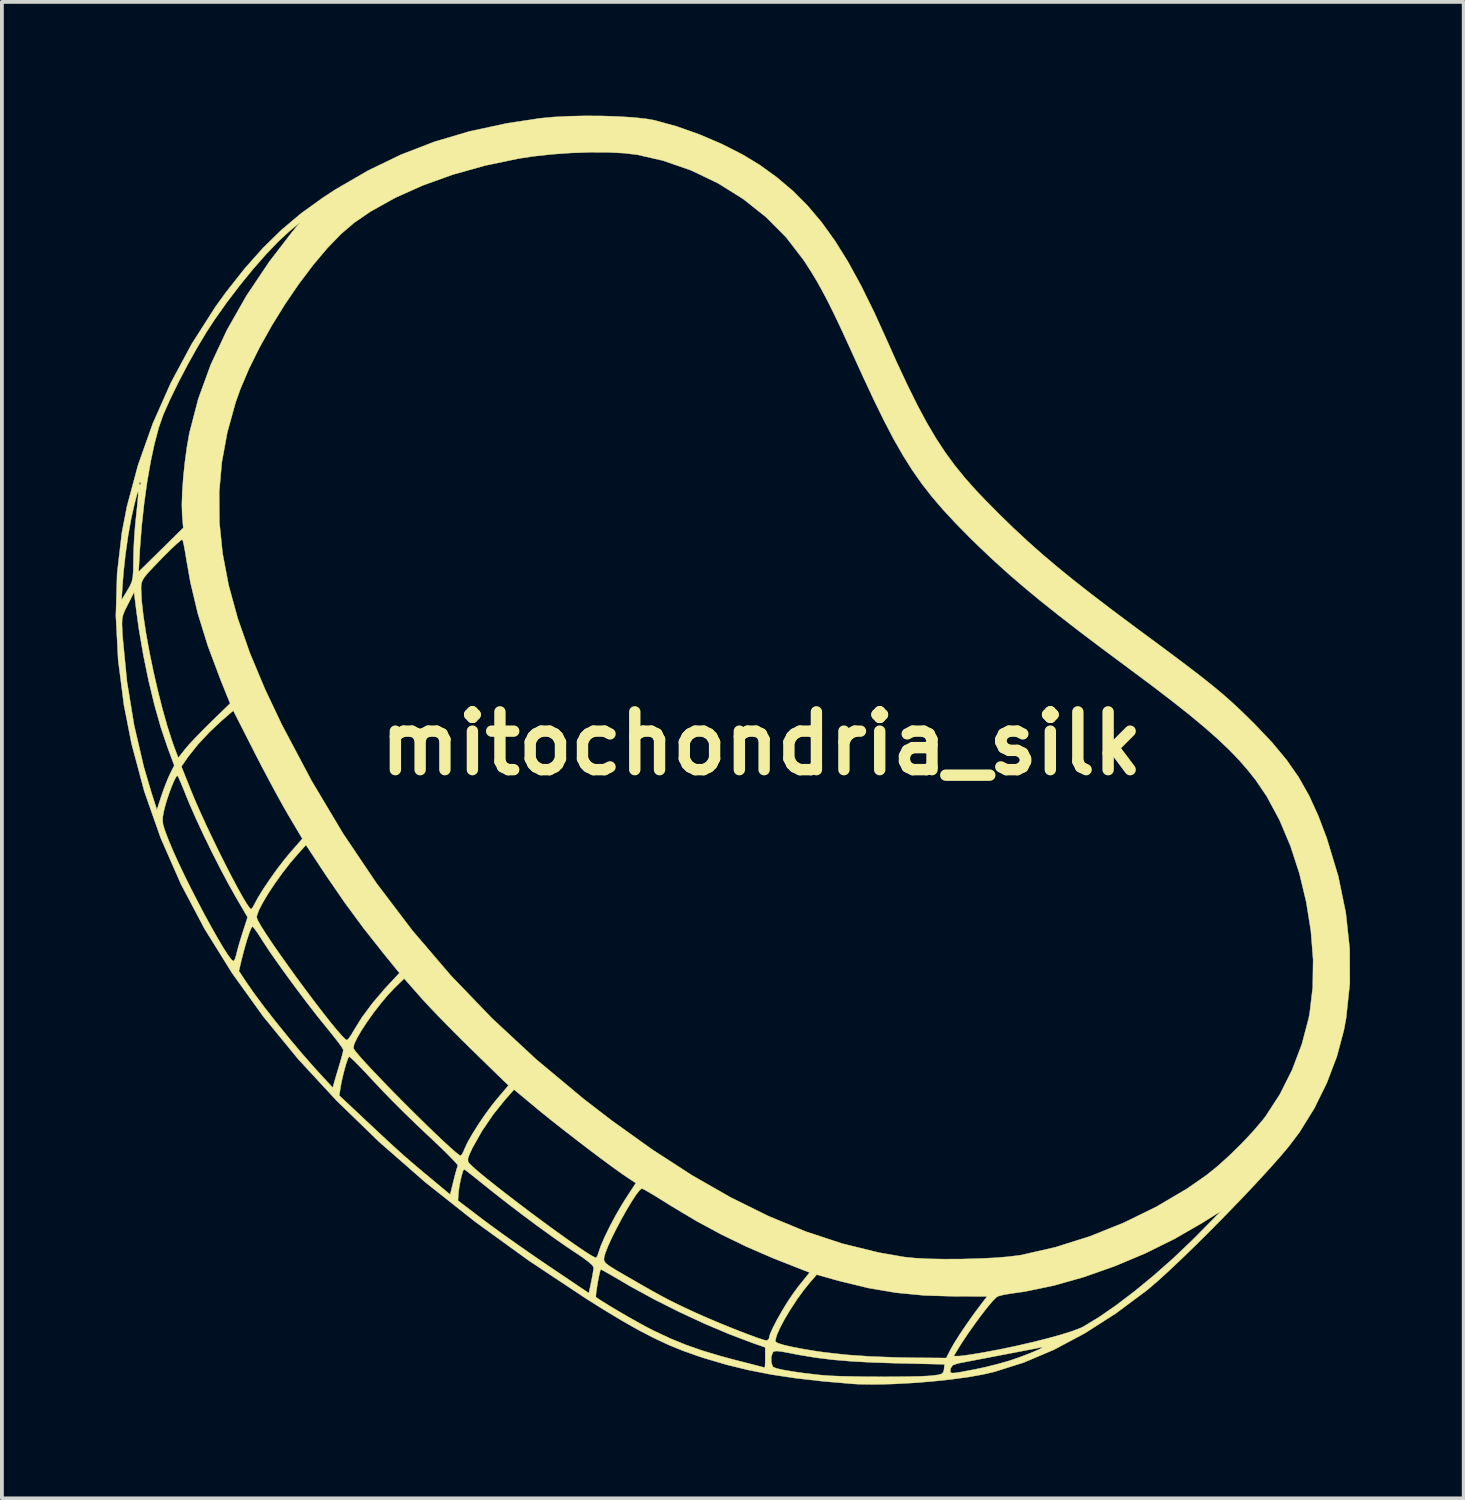
<source format=kicad_pcb>
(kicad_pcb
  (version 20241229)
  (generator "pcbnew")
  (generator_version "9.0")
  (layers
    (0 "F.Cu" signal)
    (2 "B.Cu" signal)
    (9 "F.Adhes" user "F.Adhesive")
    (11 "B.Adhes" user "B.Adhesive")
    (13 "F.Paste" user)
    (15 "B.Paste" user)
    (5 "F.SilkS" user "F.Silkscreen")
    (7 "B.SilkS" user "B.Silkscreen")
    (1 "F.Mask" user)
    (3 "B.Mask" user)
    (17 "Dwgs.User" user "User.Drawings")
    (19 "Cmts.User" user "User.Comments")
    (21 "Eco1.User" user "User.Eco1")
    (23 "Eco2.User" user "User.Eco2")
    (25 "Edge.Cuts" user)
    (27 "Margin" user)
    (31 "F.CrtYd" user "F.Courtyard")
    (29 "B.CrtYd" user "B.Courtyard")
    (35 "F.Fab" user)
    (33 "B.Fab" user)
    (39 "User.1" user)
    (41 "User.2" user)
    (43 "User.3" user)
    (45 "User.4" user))
  (footprint "mitochondria_silk"
    (layer "F.Cu")
    (at 17.028 16.557)
    (property "Reference" "mitochondria_silk" (at 0 0 0) (layer "F.SilkS") (effects (font (size 1.524 1.524) (thickness 0.3))))
    (attr through_hole)
    (fp_poly (pts (xy -4.204 -16.549) (xy -3.774 -16.535) (xy -3.38 -16.511) (xy -3.046 -16.475) (xy -2.819 -16.435) (xy -2.242 -16.277) (xy -1.641 -16.065) (xy -1.048 -15.811) (xy -0.495 -15.531) (xy -0.045 -15.258) (xy 0.409 -14.93) (xy 0.828 -14.575) (xy 1.218 -14.184) (xy 1.586 -13.749) (xy 1.939 -13.258) (xy 2.285 -12.704) (xy 2.629 -12.075) (xy 2.979 -11.364) (xy 3.272 -10.719) (xy 3.575 -10.042) (xy 3.853 -9.449) (xy 4.111 -8.928) (xy 4.357 -8.468) (xy 4.599 -8.058) (xy 4.844 -7.684) (xy 5.098 -7.336) (xy 5.37 -7.002) (xy 5.665 -6.671) (xy 5.941 -6.382) (xy 6.308 -6.012) (xy 6.666 -5.665) (xy 7.025 -5.332) (xy 7.396 -5.002) (xy 7.79 -4.668) (xy 8.219 -4.319) (xy 8.693 -3.947) (xy 9.223 -3.542) (xy 9.822 -3.094) (xy 10.16 -2.844) (xy 10.64 -2.489) (xy 11.047 -2.185) (xy 11.394 -1.922) (xy 11.691 -1.691) (xy 11.949 -1.484) (xy 12.178 -1.292) (xy 12.39 -1.105) (xy 12.595 -0.915) (xy 12.805 -0.713) (xy 13.008 -0.512) (xy 13.465 -0.031) (xy 13.847 0.428) (xy 14.168 0.888) (xy 14.443 1.373) (xy 14.687 1.908) (xy 14.912 2.503) (xy 15.212 3.494) (xy 15.412 4.463) (xy 15.514 5.409) (xy 15.517 6.334) (xy 15.421 7.237) (xy 15.362 7.557) (xy 15.178 8.25) (xy 14.913 8.947) (xy 14.581 9.622) (xy 14.194 10.247) (xy 13.902 10.634) (xy 13.657 10.923) (xy 13.357 11.259) (xy 13.016 11.63) (xy 12.644 12.023) (xy 12.253 12.427) (xy 11.857 12.829) (xy 11.466 13.218) (xy 11.092 13.581) (xy 10.748 13.906) (xy 10.446 14.181) (xy 10.197 14.394) (xy 10.16 14.424) (xy 9.346 15.03) (xy 8.531 15.551) (xy 7.72 15.984) (xy 6.92 16.324) (xy 6.137 16.571) (xy 5.842 16.639) (xy 5.449 16.709) (xy 4.987 16.771) (xy 4.484 16.824) (xy 3.964 16.864) (xy 3.455 16.891) (xy 2.981 16.902) (xy 2.57 16.896) (xy 2.413 16.887) (xy 1.621 16.819) (xy 0.911 16.738) (xy 0.265 16.641) (xy -0.337 16.523) (xy -0.913 16.383) (xy -1.483 16.215) (xy -1.688 16.148) (xy -2.074 16.011) (xy -2.451 15.857) (xy -2.834 15.678) (xy -3.239 15.468) (xy -3.682 15.217) (xy -4.177 14.918) (xy -4.623 14.638) (xy -4.705 14.583) (xy -4.365 14.583) (xy -4.361 14.6) (xy -4.235 14.686) (xy -4.041 14.807) (xy -3.802 14.95) (xy -3.54 15.103) (xy -3.277 15.252) (xy -3.035 15.384) (xy -2.838 15.486) (xy -2.819 15.495) (xy -2.395 15.693) (xy -1.98 15.862) (xy -1.544 16.014) (xy -1.057 16.159) (xy -0.686 16.259) (xy -0.423 16.326) (xy -0.198 16.384) (xy -0.028 16.428) (xy 0.071 16.453) (xy 0.089 16.457) (xy 0.096 16.413) (xy 0.101 16.296) (xy 0.102 16.192) (xy 0.102 16.181) (xy 0.26 16.181) (xy 0.262 16.321) (xy 0.301 16.43) (xy 0.318 16.446) (xy 0.404 16.48) (xy 0.577 16.519) (xy 0.823 16.561) (xy 1.127 16.604) (xy 1.474 16.645) (xy 1.6 16.658) (xy 1.798 16.673) (xy 2.073 16.684) (xy 2.404 16.692) (xy 2.771 16.698) (xy 3.152 16.7) (xy 3.526 16.699) (xy 3.874 16.695) (xy 4.173 16.688) (xy 4.403 16.677) (xy 4.496 16.67) (xy 4.666 16.648) (xy 4.759 16.62) (xy 4.802 16.573) (xy 4.806 16.552) (xy 4.981 16.552) (xy 4.99 16.587) (xy 5.03 16.602) (xy 5.116 16.597) (xy 5.265 16.574) (xy 5.49 16.531) (xy 5.622 16.506) (xy 5.908 16.445) (xy 6.214 16.369) (xy 6.492 16.291) (xy 6.603 16.256) (xy 6.807 16.185) (xy 7.004 16.111) (xy 7.178 16.041) (xy 7.314 15.981) (xy 7.397 15.939) (xy 7.412 15.92) (xy 7.366 15.926) (xy 7.277 15.944) (xy 7.106 15.978) (xy 6.873 16.023) (xy 6.594 16.077) (xy 6.299 16.133) (xy 5.99 16.192) (xy 5.704 16.247) (xy 5.46 16.294) (xy 5.278 16.329) (xy 5.182 16.348) (xy 5.049 16.394) (xy 4.992 16.473) (xy 4.988 16.497) (xy 4.981 16.552) (xy 4.806 16.552) (xy 4.816 16.505) (xy 4.831 16.372) (xy 3.546 16.342) (xy 2.921 16.322) (xy 2.375 16.292) (xy 1.887 16.251) (xy 1.434 16.195) (xy 0.996 16.123) (xy 0.744 16.074) (xy 0.537 16.035) (xy 0.408 16.021) (xy 0.335 16.03) (xy 0.299 16.061) (xy 0.26 16.181) (xy 0.102 16.181) (xy 0.102 15.925) (xy -0.241 15.805) (xy -0.843 15.577) (xy -1.495 15.301) (xy -2.165 14.99) (xy -2.824 14.659) (xy -3.442 14.322) (xy -3.654 14.198) (xy -3.866 14.074) (xy -4.044 13.971) (xy -4.172 13.899) (xy -4.232 13.869) (xy -4.234 13.868) (xy -4.253 13.914) (xy -4.28 14.029) (xy -4.311 14.184) (xy -4.338 14.349) (xy -4.358 14.492) (xy -4.365 14.583) (xy -4.705 14.583) (xy -6.137 13.633) (xy -7.551 12.609) (xy -8.251 12.054) (xy -8.001 12.054) (xy -7.341 12.556) (xy -7.101 12.734) (xy -6.799 12.953) (xy -6.458 13.194) (xy -6.101 13.444) (xy -5.751 13.684) (xy -5.615 13.776) (xy -4.549 14.494) (xy -4.486 14.194) (xy -4.452 14.019) (xy -4.429 13.878) (xy -4.422 13.815) (xy -4.462 13.755) (xy -4.574 13.656) (xy -4.649 13.601) (xy -4.152 13.601) (xy -4.142 13.653) (xy -4.1 13.707) (xy -4.013 13.774) (xy -3.869 13.865) (xy -3.655 13.991) (xy -3.547 14.053) (xy -3.195 14.256) (xy -2.911 14.418) (xy -2.676 14.548) (xy -2.472 14.657) (xy -2.28 14.754) (xy -2.079 14.851) (xy -1.853 14.957) (xy -1.734 15.011) (xy -1.475 15.126) (xy -1.189 15.248) (xy -0.893 15.37) (xy -0.604 15.485) (xy -0.339 15.587) (xy -0.116 15.669) (xy 0.049 15.724) (xy 0.138 15.746) (xy 0.14 15.746) (xy 0.167 15.728) (xy 0.371 15.728) (xy 0.374 15.774) (xy 0.436 15.813) (xy 0.585 15.86) (xy 0.811 15.912) (xy 1.101 15.968) (xy 1.442 16.024) (xy 1.651 16.054) (xy 2.231 16.119) (xy 2.901 16.166) (xy 3.65 16.192) (xy 4.025 16.198) (xy 4.875 16.205) (xy 4.901 16.154) (xy 5.072 16.154) (xy 5.194 16.154) (xy 5.292 16.146) (xy 5.464 16.122) (xy 5.685 16.088) (xy 5.897 16.051) (xy 6.324 15.971) (xy 6.755 15.879) (xy 7.174 15.782) (xy 7.566 15.683) (xy 7.913 15.586) (xy 8.2 15.496) (xy 8.411 15.416) (xy 8.484 15.381) (xy 8.898 15.131) (xy 9.358 14.813) (xy 9.849 14.439) (xy 10.355 14.023) (xy 10.86 13.576) (xy 11.349 13.111) (xy 11.506 12.954) (xy 12.116 12.336) (xy 11.631 12.639) (xy 10.9 13.061) (xy 10.123 13.445) (xy 9.319 13.783) (xy 8.508 14.069) (xy 7.711 14.295) (xy 6.948 14.453) (xy 6.579 14.506) (xy 6.403 14.534) (xy 6.263 14.57) (xy 6.202 14.599) (xy 6.102 14.699) (xy 5.961 14.866) (xy 5.794 15.081) (xy 5.614 15.326) (xy 5.435 15.581) (xy 5.272 15.827) (xy 5.187 15.964) (xy 5.072 16.154) (xy 4.901 16.154) (xy 4.985 15.989) (xy 5.086 15.811) (xy 5.234 15.577) (xy 5.413 15.312) (xy 5.607 15.038) (xy 5.769 14.821) (xy 5.953 14.58) (xy 5.098 14.579) (xy 4.299 14.555) (xy 3.553 14.484) (xy 2.82 14.359) (xy 2.061 14.175) (xy 1.937 14.141) (xy 1.46 14.006) (xy 1.288 14.204) (xy 1.112 14.422) (xy 0.935 14.667) (xy 0.767 14.923) (xy 0.617 15.173) (xy 0.495 15.402) (xy 0.41 15.592) (xy 0.371 15.728) (xy 0.167 15.728) (xy 0.196 15.707) (xy 0.203 15.675) (xy 0.23 15.572) (xy 0.304 15.405) (xy 0.413 15.195) (xy 0.545 14.962) (xy 0.689 14.726) (xy 0.835 14.508) (xy 0.968 14.328) (xy 1.272 13.95) (xy 1.081 13.877) (xy 0.298 13.568) (xy -0.411 13.26) (xy -1.075 12.937) (xy -1.721 12.587) (xy -2.377 12.196) (xy -2.557 12.083) (xy -2.767 11.952) (xy -2.948 11.843) (xy -3.08 11.768) (xy -3.147 11.735) (xy -3.15 11.735) (xy -3.209 11.778) (xy -3.302 11.897) (xy -3.419 12.075) (xy -3.551 12.295) (xy -3.689 12.54) (xy -3.824 12.795) (xy -3.947 13.041) (xy -4.048 13.264) (xy -4.118 13.445) (xy -4.144 13.539) (xy -4.152 13.601) (xy -4.649 13.601) (xy -4.741 13.533) (xy -4.876 13.443) (xy -5.166 13.249) (xy -5.514 13.005) (xy -5.9 12.726) (xy -6.305 12.425) (xy -6.708 12.117) (xy -7.09 11.818) (xy -7.276 11.669) (xy -7.475 11.509) (xy -7.644 11.374) (xy -7.769 11.277) (xy -7.835 11.23) (xy -7.841 11.227) (xy -7.868 11.272) (xy -7.903 11.387) (xy -7.94 11.543) (xy -7.97 11.708) (xy -7.988 11.853) (xy -7.988 11.856) (xy -8.001 12.054) (xy -8.251 12.054) (xy -8.866 11.567) (xy -10.081 10.504) (xy -11.198 9.422) (xy -11.328 9.282) (xy -11.132 9.282) (xy -10.43 9.941) (xy -10.121 10.23) (xy -9.87 10.465) (xy -9.659 10.658) (xy -9.473 10.826) (xy -9.294 10.983) (xy -9.106 11.144) (xy -8.893 11.323) (xy -8.739 11.451) (xy -8.207 11.894) (xy -8.118 11.533) (xy -8.072 11.351) (xy -8.031 11.208) (xy -8.006 11.133) (xy -8.004 11.13) (xy -8.032 11.086) (xy -8.126 10.983) (xy -8.16 10.948) (xy -7.738 10.948) (xy -7.736 11.019) (xy -7.712 11.06) (xy -7.619 11.154) (xy -7.46 11.294) (xy -7.245 11.471) (xy -6.986 11.677) (xy -6.694 11.905) (xy -6.38 12.145) (xy -6.055 12.391) (xy -5.729 12.633) (xy -5.413 12.863) (xy -5.119 13.074) (xy -4.858 13.257) (xy -4.64 13.404) (xy -4.476 13.507) (xy -4.377 13.558) (xy -4.362 13.562) (xy -4.327 13.52) (xy -4.294 13.424) (xy -4.235 13.25) (xy -4.133 13.015) (xy -4.001 12.743) (xy -3.85 12.458) (xy -3.693 12.185) (xy -3.589 12.019) (xy -3.31 11.591) (xy -3.522 11.452) (xy -3.698 11.332) (xy -3.937 11.16) (xy -4.222 10.95) (xy -4.537 10.713) (xy -4.865 10.462) (xy -5.191 10.21) (xy -5.497 9.969) (xy -5.768 9.752) (xy -5.914 9.632) (xy -6.522 9.126) (xy -6.766 9.402) (xy -7.075 9.787) (xy -7.37 10.222) (xy -7.616 10.658) (xy -7.617 10.659) (xy -7.7 10.836) (xy -7.738 10.948) (xy -8.16 10.948) (xy -8.273 10.832) (xy -8.465 10.644) (xy -8.691 10.43) (xy -8.809 10.32) (xy -9.102 10.043) (xy -9.417 9.737) (xy -9.728 9.427) (xy -10.011 9.136) (xy -10.239 8.893) (xy -10.436 8.681) (xy -10.609 8.5) (xy -10.747 8.362) (xy -10.84 8.277) (xy -10.874 8.257) (xy -10.906 8.316) (xy -10.951 8.448) (xy -11.001 8.626) (xy -11.05 8.823) (xy -11.089 9.011) (xy -11.099 9.073) (xy -11.132 9.282) (xy -11.328 9.282) (xy -12.217 8.32) (xy -13.137 7.197) (xy -13.959 6.053) (xy -13.992 5.999) (xy -13.778 5.999) (xy -13.586 6.289) (xy -13.371 6.599) (xy -13.1 6.962) (xy -12.789 7.359) (xy -12.456 7.77) (xy -12.115 8.175) (xy -11.781 8.556) (xy -11.593 8.762) (xy -11.303 9.075) (xy -11.259 8.919) (xy -11.221 8.786) (xy -11.166 8.601) (xy -11.12 8.448) (xy -11.07 8.277) (xy -11.035 8.142) (xy -11.024 8.079) (xy -11.05 8.031) (xy -10.758 8.031) (xy -10.756 8.04) (xy -10.704 8.117) (xy -10.591 8.252) (xy -10.427 8.435) (xy -10.22 8.656) (xy -9.98 8.907) (xy -9.718 9.177) (xy -9.442 9.456) (xy -9.163 9.734) (xy -8.89 10.003) (xy -8.633 10.253) (xy -8.402 10.472) (xy -8.205 10.653) (xy -8.054 10.785) (xy -7.957 10.859) (xy -7.93 10.871) (xy -7.891 10.829) (xy -7.841 10.724) (xy -7.835 10.706) (xy -7.753 10.529) (xy -7.622 10.297) (xy -7.457 10.035) (xy -7.274 9.766) (xy -7.087 9.515) (xy -6.972 9.373) (xy -6.67 9.017) (xy -7.615 8.096) (xy -7.901 7.815) (xy -8.189 7.526) (xy -8.463 7.246) (xy -8.707 6.993) (xy -8.903 6.783) (xy -8.99 6.686) (xy -9.42 6.198) (xy -9.667 6.439) (xy -9.847 6.629) (xy -10.035 6.853) (xy -10.222 7.094) (xy -10.396 7.338) (xy -10.547 7.569) (xy -10.665 7.772) (xy -10.739 7.931) (xy -10.758 8.031) (xy -11.05 8.031) (xy -11.054 8.022) (xy -11.139 7.903) (xy -11.266 7.739) (xy -11.422 7.544) (xy -11.475 7.48) (xy -11.709 7.19) (xy -11.968 6.856) (xy -12.238 6.499) (xy -12.505 6.137) (xy -12.754 5.79) (xy -12.972 5.478) (xy -13.142 5.22) (xy -13.174 5.169) (xy -13.277 5.009) (xy -13.363 4.889) (xy -13.416 4.829) (xy -13.422 4.826) (xy -13.455 4.872) (xy -13.505 4.997) (xy -13.566 5.182) (xy -13.631 5.406) (xy -13.695 5.65) (xy -13.715 5.73) (xy -13.778 5.999) (xy -13.992 5.999) (xy -14.683 4.888) (xy -15.31 3.701) (xy -15.84 2.492) (xy -16.003 2.03) (xy -15.791 2.03) (xy -15.777 2.138) (xy -15.736 2.276) (xy -15.663 2.47) (xy -15.622 2.575) (xy -15.512 2.837) (xy -15.375 3.14) (xy -15.217 3.471) (xy -15.045 3.818) (xy -14.865 4.169) (xy -14.684 4.513) (xy -14.507 4.836) (xy -14.342 5.128) (xy -14.195 5.377) (xy -14.071 5.57) (xy -13.979 5.695) (xy -13.923 5.74) (xy -13.922 5.74) (xy -13.886 5.696) (xy -13.852 5.589) (xy -13.849 5.575) (xy -13.818 5.449) (xy -13.765 5.262) (xy -13.7 5.05) (xy -13.683 4.996) (xy -13.549 4.583) (xy -13.31 4.583) (xy -13.28 4.663) (xy -13.197 4.81) (xy -13.069 5.013) (xy -12.903 5.262) (xy -12.708 5.544) (xy -12.491 5.849) (xy -12.262 6.167) (xy -12.027 6.485) (xy -11.796 6.794) (xy -11.575 7.081) (xy -11.374 7.337) (xy -11.2 7.55) (xy -11.061 7.708) (xy -10.966 7.802) (xy -10.929 7.823) (xy -10.884 7.782) (xy -10.811 7.676) (xy -10.752 7.574) (xy -10.535 7.224) (xy -10.253 6.844) (xy -9.926 6.461) (xy -9.859 6.388) (xy -9.545 6.052) (xy -9.971 5.528) (xy -10.496 4.863) (xy -10.987 4.196) (xy -11.476 3.485) (xy -11.56 3.358) (xy -12.009 2.676) (xy -12.225 2.916) (xy -12.429 3.154) (xy -12.634 3.418) (xy -12.829 3.691) (xy -13.005 3.956) (xy -13.149 4.198) (xy -13.253 4.4) (xy -13.305 4.547) (xy -13.31 4.583) (xy -13.549 4.583) (xy -13.549 4.581) (xy -13.862 4.045) (xy -14.056 3.7) (xy -14.269 3.297) (xy -14.491 2.861) (xy -14.707 2.417) (xy -14.905 1.992) (xy -15.073 1.611) (xy -15.162 1.397) (xy -15.246 1.185) (xy -15.32 1.009) (xy -15.373 0.889) (xy -15.394 0.849) (xy -15.427 0.87) (xy -15.48 0.967) (xy -15.546 1.12) (xy -15.616 1.307) (xy -15.683 1.508) (xy -15.738 1.701) (xy -15.758 1.79) (xy -15.784 1.923) (xy -15.791 2.03) (xy -16.003 2.03) (xy -16.273 1.261) (xy -16.609 0.007) (xy -16.81 -1.016) (xy -16.963 -2.211) (xy -17.011 -3.147) (xy -16.861 -3.147) (xy -16.853 -2.956) (xy -16.843 -2.796) (xy -16.729 -1.628) (xy -16.541 -0.481) (xy -16.284 0.623) (xy -16.094 1.267) (xy -15.94 1.747) (xy -15.826 1.394) (xy -15.75 1.176) (xy -15.665 0.96) (xy -15.598 0.809) (xy -15.497 0.607) (xy -15.294 0.607) (xy -15.035 1.256) (xy -14.919 1.534) (xy -14.779 1.85) (xy -14.623 2.19) (xy -14.455 2.542) (xy -14.283 2.895) (xy -14.112 3.236) (xy -13.948 3.554) (xy -13.797 3.836) (xy -13.666 4.07) (xy -13.56 4.244) (xy -13.487 4.346) (xy -13.457 4.368) (xy -13.418 4.328) (xy -13.365 4.231) (xy -13.269 4.053) (xy -13.125 3.821) (xy -12.948 3.56) (xy -12.757 3.293) (xy -12.566 3.046) (xy -12.432 2.885) (xy -12.105 2.511) (xy -12.48 1.878) (xy -12.619 1.636) (xy -12.789 1.328) (xy -12.977 0.979) (xy -13.17 0.615) (xy -13.354 0.259) (xy -13.39 0.188) (xy -13.926 -0.868) (xy -14.226 -0.608) (xy -14.554 -0.301) (xy -14.858 0.025) (xy -15.109 0.339) (xy -15.146 0.391) (xy -15.294 0.607) (xy -15.497 0.607) (xy -15.483 0.577) (xy -15.661 0.098) (xy -15.835 -0.418) (xy -16.003 -1.01) (xy -16.159 -1.655) (xy -16.297 -2.328) (xy -16.413 -3.004) (xy -16.476 -3.454) (xy -16.543 -3.988) (xy -16.71 -3.659) (xy -16.785 -3.511) (xy -16.832 -3.395) (xy -16.856 -3.283) (xy -16.861 -3.147) (xy -17.011 -3.147) (xy -17.023 -3.365) (xy -17.01 -3.785) (xy -16.873 -3.785) (xy -16.718 -4.039) (xy -16.696 -4.077) (xy -16.357 -4.077) (xy -16.342 -3.763) (xy -16.298 -3.371) (xy -16.23 -2.921) (xy -16.142 -2.431) (xy -16.037 -1.921) (xy -15.92 -1.409) (xy -15.795 -0.914) (xy -15.666 -0.456) (xy -15.536 -0.052) (xy -15.487 0.084) (xy -15.377 0.377) (xy -15.198 0.15) (xy -15.094 0.028) (xy -14.935 -0.142) (xy -14.744 -0.339) (xy -14.54 -0.542) (xy -14.515 -0.566) (xy -14.01 -1.057) (xy -14.263 -1.684) (xy -14.598 -2.578) (xy -14.861 -3.427) (xy -15.057 -4.251) (xy -15.162 -4.846) (xy -15.197 -5.061) (xy -15.23 -5.237) (xy -15.257 -5.35) (xy -15.269 -5.379) (xy -15.313 -5.356) (xy -15.414 -5.27) (xy -15.559 -5.134) (xy -15.734 -4.961) (xy -15.829 -4.864) (xy -16.032 -4.653) (xy -16.176 -4.499) (xy -16.269 -4.386) (xy -16.323 -4.298) (xy -16.349 -4.22) (xy -16.357 -4.135) (xy -16.357 -4.077) (xy -16.696 -4.077) (xy -16.646 -4.163) (xy -16.601 -4.272) (xy -16.575 -4.393) (xy -16.566 -4.528) (xy -16.423 -4.528) (xy -15.834 -5.107) (xy -15.246 -5.687) (xy -15.274 -6.031) (xy -15.282 -6.299) (xy -15.271 -6.632) (xy -14.298 -6.632) (xy -14.292 -5.833) (xy -14.209 -5.017) (xy -14.049 -4.176) (xy -13.81 -3.304) (xy -13.491 -2.392) (xy -13.091 -1.436) (xy -12.643 -0.492) (xy -11.86 0.986) (xy -11.029 2.378) (xy -10.144 3.692) (xy -9.199 4.937) (xy -8.187 6.12) (xy -7.101 7.249) (xy -5.936 8.331) (xy -4.684 9.375) (xy -3.943 9.945) (xy -2.87 10.713) (xy -1.827 11.388) (xy -0.809 11.97) (xy 0.188 12.463) (xy 1.168 12.869) (xy 2.135 13.188) (xy 3.095 13.424) (xy 3.759 13.54) (xy 4.049 13.57) (xy 4.415 13.589) (xy 4.831 13.597) (xy 5.274 13.595) (xy 5.719 13.583) (xy 6.141 13.563) (xy 6.515 13.533) (xy 6.816 13.495) (xy 6.858 13.488) (xy 7.754 13.283) (xy 8.661 12.997) (xy 9.556 12.638) (xy 10.417 12.216) (xy 11.221 11.742) (xy 11.735 11.385) (xy 12.028 11.149) (xy 12.349 10.859) (xy 12.674 10.54) (xy 12.975 10.218) (xy 13.228 9.92) (xy 13.296 9.832) (xy 13.672 9.253) (xy 13.995 8.61) (xy 14.253 7.928) (xy 14.435 7.238) (xy 14.459 7.11) (xy 14.54 6.426) (xy 14.55 5.698) (xy 14.491 4.944) (xy 14.369 4.181) (xy 14.188 3.426) (xy 13.951 2.699) (xy 13.663 2.016) (xy 13.328 1.395) (xy 13.037 0.965) (xy 12.824 0.697) (xy 12.59 0.429) (xy 12.326 0.156) (xy 12.024 -0.129) (xy 11.678 -0.434) (xy 11.278 -0.766) (xy 10.816 -1.131) (xy 10.285 -1.537) (xy 9.678 -1.99) (xy 9.652 -2.009) (xy 8.979 -2.509) (xy 8.38 -2.962) (xy 7.846 -3.375) (xy 7.366 -3.757) (xy 6.931 -4.117) (xy 6.53 -4.462) (xy 6.153 -4.801) (xy 5.79 -5.143) (xy 5.486 -5.439) (xy 5.122 -5.81) (xy 4.796 -6.16) (xy 4.503 -6.502) (xy 4.233 -6.847) (xy 3.979 -7.21) (xy 3.733 -7.6) (xy 3.487 -8.031) (xy 3.234 -8.515) (xy 2.965 -9.064) (xy 2.673 -9.689) (xy 2.516 -10.033) (xy 2.28 -10.551) (xy 2.078 -10.989) (xy 1.901 -11.359) (xy 1.744 -11.675) (xy 1.599 -11.949) (xy 1.461 -12.196) (xy 1.322 -12.427) (xy 1.175 -12.656) (xy 1.109 -12.755) (xy 0.655 -13.346) (xy 0.12 -13.884) (xy -0.483 -14.362) (xy -1.143 -14.774) (xy -1.85 -15.113) (xy -2.591 -15.371) (xy -3.27 -15.526) (xy -3.615 -15.568) (xy -4.037 -15.589) (xy -4.51 -15.591) (xy -5.013 -15.574) (xy -5.521 -15.538) (xy -6.011 -15.485) (xy -6.401 -15.426) (xy -7.289 -15.24) (xy -8.135 -15.003) (xy -8.928 -14.718) (xy -9.656 -14.392) (xy -10.308 -14.028) (xy -10.739 -13.733) (xy -11.084 -13.437) (xy -11.45 -13.059) (xy -11.825 -12.613) (xy -12.201 -12.114) (xy -12.567 -11.577) (xy -12.913 -11.017) (xy -13.231 -10.449) (xy -13.51 -9.887) (xy -13.74 -9.346) (xy -13.866 -8.992) (xy -14.084 -8.204) (xy -14.228 -7.42) (xy -14.298 -6.632) (xy -15.271 -6.632) (xy -15.271 -6.639) (xy -15.244 -7.023) (xy -15.202 -7.425) (xy -15.149 -7.816) (xy -15.087 -8.17) (xy -15.082 -8.195) (xy -14.85 -9.087) (xy -14.521 -9.99) (xy -14.096 -10.898) (xy -13.581 -11.805) (xy -12.976 -12.707) (xy -12.376 -13.487) (xy -12.168 -13.741) (xy -12.447 -13.508) (xy -12.738 -13.24) (xy -13.063 -12.9) (xy -13.409 -12.506) (xy -13.76 -12.075) (xy -14.103 -11.624) (xy -14.423 -11.171) (xy -14.64 -10.838) (xy -14.878 -10.442) (xy -15.126 -9.998) (xy -15.366 -9.539) (xy -15.583 -9.096) (xy -15.76 -8.701) (xy -15.776 -8.661) (xy -15.891 -8.332) (xy -16.001 -7.917) (xy -16.105 -7.435) (xy -16.198 -6.901) (xy -16.277 -6.332) (xy -16.341 -5.746) (xy -16.387 -5.159) (xy -16.389 -5.121) (xy -16.423 -4.528) (xy -16.566 -4.528) (xy -16.564 -4.558) (xy -16.561 -4.794) (xy -16.561 -4.801) (xy -16.554 -5.094) (xy -16.538 -5.422) (xy -16.515 -5.723) (xy -16.509 -5.791) (xy -16.473 -6.136) (xy -16.448 -6.386) (xy -16.434 -6.549) (xy -16.432 -6.631) (xy -16.441 -6.638) (xy -16.462 -6.577) (xy -16.496 -6.456) (xy -16.531 -6.321) (xy -16.618 -5.936) (xy -16.699 -5.484) (xy -16.768 -5) (xy -16.821 -4.517) (xy -16.843 -4.242) (xy -16.873 -3.785) (xy -17.01 -3.785) (xy -16.99 -4.482) (xy -16.864 -5.563) (xy -16.733 -6.241) (xy -16.568 -6.858) (xy -16.408 -6.858) (xy -16.39 -6.816) (xy -16.375 -6.824) (xy -16.368 -6.884) (xy -16.375 -6.892) (xy -16.405 -6.885) (xy -16.408 -6.858) (xy -16.568 -6.858) (xy -16.438 -7.343) (xy -16.049 -8.438) (xy -15.574 -9.509) (xy -15.02 -10.541) (xy -14.396 -11.517) (xy -14.116 -11.904) (xy -13.626 -12.525) (xy -13.144 -13.067) (xy -12.652 -13.548) (xy -12.131 -13.985) (xy -11.56 -14.396) (xy -11.227 -14.613) (xy -10.372 -15.109) (xy -9.51 -15.526) (xy -8.622 -15.869) (xy -7.693 -16.144) (xy -6.706 -16.356) (xy -5.844 -16.487) (xy -5.491 -16.521) (xy -5.085 -16.542) (xy -4.648 -16.552) (xy -4.204 -16.549)) (stroke (width 0.01) (type solid)) (fill yes) (layer "F.SilkS")))
  (gr_rect
    (start -3 -3)
    (end 35.549 36.463)
    (stroke (width 0.1) (type default))
    (fill no)
    (layer "Edge.Cuts")))
</source>
